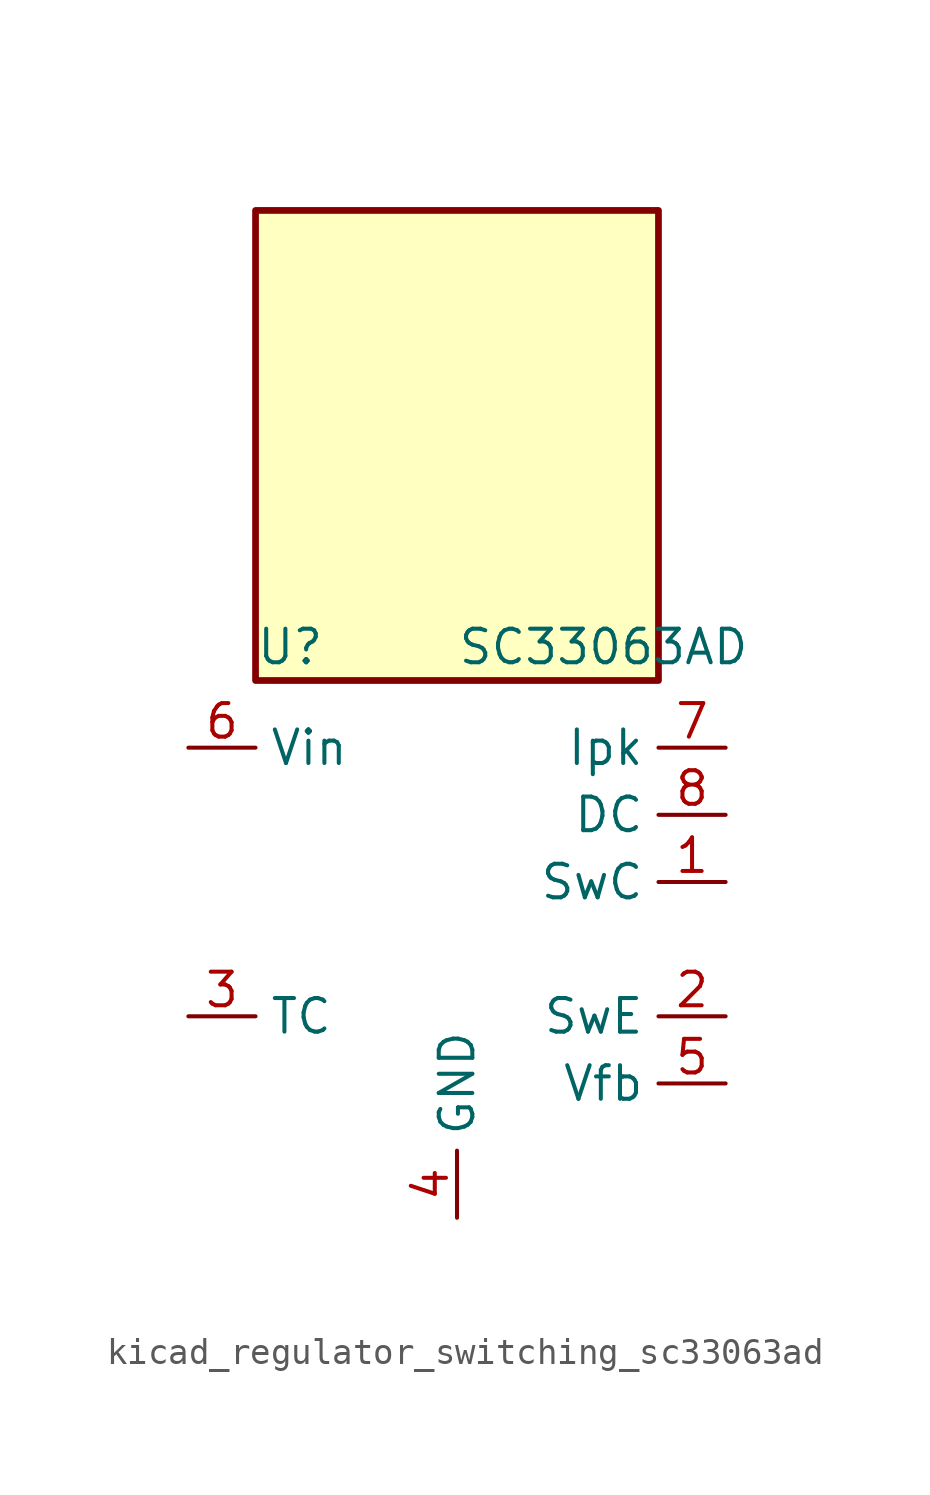
<source format=kicad_sym>
(kicad_symbol_lib
  (version 20220914)
  (generator kicad_symbol_editor)
  (symbol "kicad_regulator_switching_sc33063ad"
    (property "Reference" "U"
      (at -7.62 8.89 0)
      (effects (font (size 1.27 1.27)) (justify left)))
    (property "Value" "SC33063AD"
      (at 0 8.89 0)
      (effects (font (size 1.27 1.27)) (justify left)))
    (symbol "kicad_regulator_switching_sc33063ad_0_1"
      (rectangle (start 7.62 25.4) (end -7.62 7.62) (stroke (width 0.254) (type default)) (fill (type background))))
    (symbol "kicad_regulator_switching_sc33063ad_1_1"
      (pin open_collector line (at 10.16 0 180) (length 2.54) (name "SwC" (effects (font (size 1.27 1.27)))) (number "1" (effects (font (size 1.27 1.27)))))
      (pin open_emitter line (at 10.16 -5.08 180) (length 2.54) (name "SwE" (effects (font (size 1.27 1.27)))) (number "2" (effects (font (size 1.27 1.27)))))
      (pin passive line (at -10.16 -5.08 0) (length 2.54) (name "TC" (effects (font (size 1.27 1.27)))) (number "3" (effects (font (size 1.27 1.27)))))
      (pin power_in line (at 0 -12.7 90) (length 2.54) (name "GND" (effects (font (size 1.27 1.27)))) (number "4" (effects (font (size 1.27 1.27)))))
      (pin input line (at 10.16 -7.62 180) (length 2.54) (name "Vfb" (effects (font (size 1.27 1.27)))) (number "5" (effects (font (size 1.27 1.27)))))
      (pin power_in line (at -10.16 5.08 0) (length 2.54) (name "Vin" (effects (font (size 1.27 1.27)))) (number "6" (effects (font (size 1.27 1.27)))))
      (pin input line (at 10.16 5.08 180) (length 2.54) (name "Ipk" (effects (font (size 1.27 1.27)))) (number "7" (effects (font (size 1.27 1.27)))))
      (pin open_collector line (at 10.16 2.54 180) (length 2.54) (name "DC" (effects (font (size 1.27 1.27)))) (number "8" (effects (font (size 1.27 1.27))))))))
</source>
